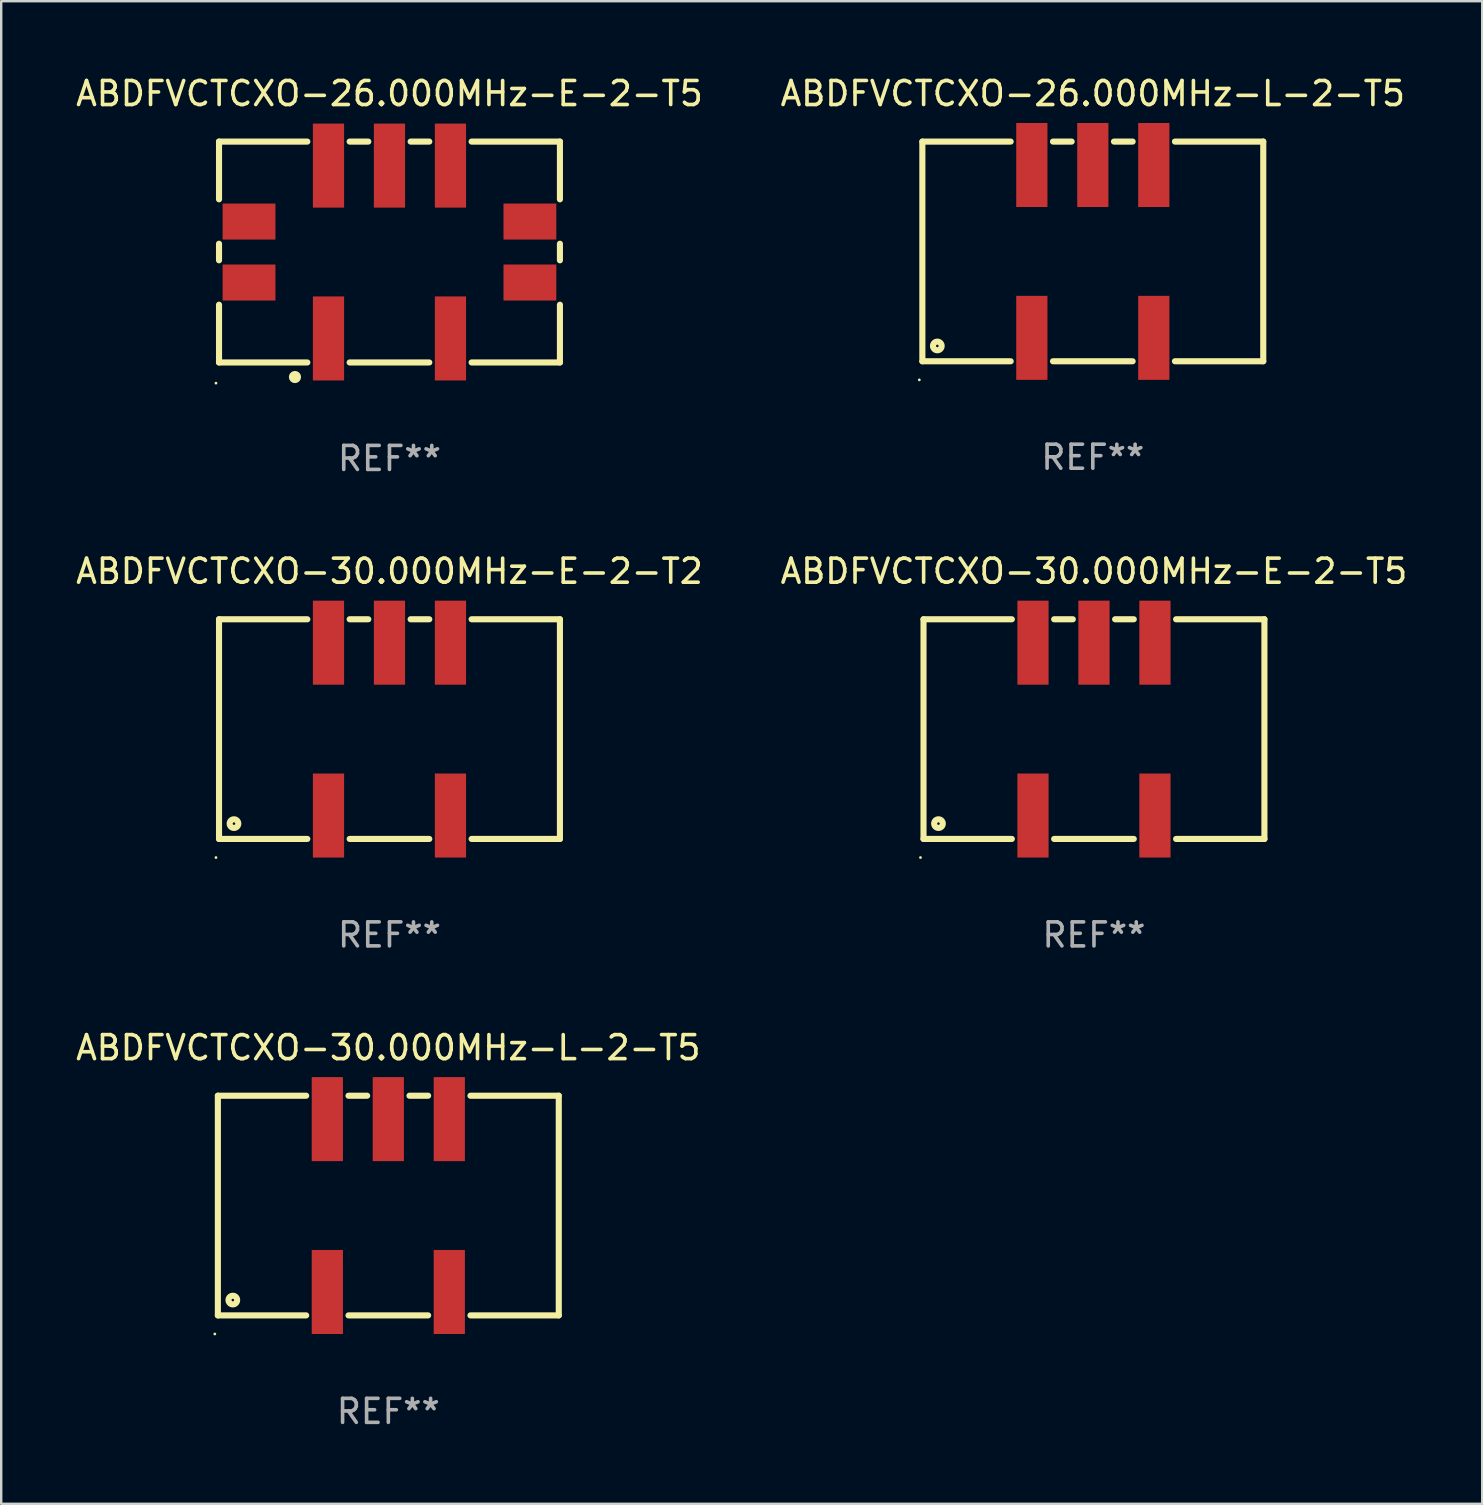
<source format=kicad_pcb>
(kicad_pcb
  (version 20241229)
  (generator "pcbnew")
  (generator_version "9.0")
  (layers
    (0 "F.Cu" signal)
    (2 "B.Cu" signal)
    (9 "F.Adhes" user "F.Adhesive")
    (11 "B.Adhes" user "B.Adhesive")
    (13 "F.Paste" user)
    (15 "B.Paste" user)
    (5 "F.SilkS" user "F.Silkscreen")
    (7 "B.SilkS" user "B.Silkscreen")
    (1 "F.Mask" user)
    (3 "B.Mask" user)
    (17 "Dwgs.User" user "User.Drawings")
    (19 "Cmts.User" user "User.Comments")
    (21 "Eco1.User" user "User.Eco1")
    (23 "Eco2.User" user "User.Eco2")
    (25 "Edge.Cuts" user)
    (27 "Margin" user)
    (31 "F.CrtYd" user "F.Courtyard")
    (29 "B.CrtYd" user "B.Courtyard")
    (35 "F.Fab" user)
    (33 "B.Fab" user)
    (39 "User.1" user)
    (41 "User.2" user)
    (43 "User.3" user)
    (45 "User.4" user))
  (footprint "ABDFVCTCXO-26.000MHz-L-2-T5"
    (layer "F.Cu")
    (at 42.47 7.423)
    (property "Reference" "ABDFVCTCXO-26.000MHz-L-2-T5" (at 0 -6.575 0) (layer "F.SilkS") (effects (font (size 1 1) (thickness 0.15))))
    (attr through_hole)
    (fp_line (start -7.1 -4.575) (end -7.1 4.575) (stroke (width 0.254) (type solid)) (layer "F.SilkS"))
    (fp_line (start -7.1 -4.575) (end -3.421 -4.575) (stroke (width 0.254) (type solid)) (layer "F.SilkS"))
    (fp_line (start -7.1 4.575) (end -3.421 4.575) (stroke (width 0.254) (type solid)) (layer "F.SilkS"))
    (fp_line (start -1.659 -4.575) (end -0.881 -4.575) (stroke (width 0.254) (type solid)) (layer "F.SilkS"))
    (fp_line (start -1.659 4.575) (end 1.659 4.575) (stroke (width 0.254) (type solid)) (layer "F.SilkS"))
    (fp_line (start 0.881 -4.575) (end 1.659 -4.575) (stroke (width 0.254) (type solid)) (layer "F.SilkS"))
    (fp_line (start 3.421 -4.575) (end 7.1 -4.575) (stroke (width 0.254) (type solid)) (layer "F.SilkS"))
    (fp_line (start 3.421 4.575) (end 7.1 4.575) (stroke (width 0.254) (type solid)) (layer "F.SilkS"))
    (fp_line (start 7.1 -4.575) (end 7.1 4.575) (stroke (width 0.254) (type solid)) (layer "F.SilkS"))
    (fp_circle (center -7.227 5.35) (end -7.197 5.35) (stroke (width 0.06) (type solid)) (fill no) (layer "F.SilkS"))
    (fp_circle (center -6.477 3.937) (end -6.297 3.937) (stroke (width 0.254) (type solid)) (fill no) (layer "F.SilkS"))
    (fp_text user "REF**" (at 0 8.575 0) (layer "F.Fab") (effects (font (size 1 1) (thickness 0.15))))
    (pad "1" smd rect (at -2.54 3.6) (size 1.3 3.5) (layers "F.Cu" "F.Mask" "F.Paste"))
    (pad "2" smd rect (at 2.54 3.6) (size 1.3 3.5) (layers "F.Cu" "F.Mask" "F.Paste"))
    (pad "3" smd rect (at 2.54 -3.6) (size 1.3 3.5) (layers "F.Cu" "F.Mask" "F.Paste"))
    (pad "4" smd rect (at 0 -3.6) (size 1.3 3.5) (layers "F.Cu" "F.Mask" "F.Paste"))
    (pad "5" smd rect (at -2.54 -3.6) (size 1.3 3.5) (layers "F.Cu" "F.Mask" "F.Paste")))
  (footprint "ABDFVCTCXO-30.000MHz-E-2-T2"
    (layer "F.Cu")
    (at 13.173 27.32)
    (property "Reference" "ABDFVCTCXO-30.000MHz-E-2-T2" (at 0 -6.575 0) (layer "F.SilkS") (effects (font (size 1 1) (thickness 0.15))))
    (attr through_hole)
    (fp_line (start -7.1 -4.575) (end -7.1 4.575) (stroke (width 0.254) (type solid)) (layer "F.SilkS"))
    (fp_line (start -7.1 -4.575) (end -3.421 -4.575) (stroke (width 0.254) (type solid)) (layer "F.SilkS"))
    (fp_line (start -7.1 4.575) (end -3.421 4.575) (stroke (width 0.254) (type solid)) (layer "F.SilkS"))
    (fp_line (start -1.659 -4.575) (end -0.881 -4.575) (stroke (width 0.254) (type solid)) (layer "F.SilkS"))
    (fp_line (start -1.659 4.575) (end 1.659 4.575) (stroke (width 0.254) (type solid)) (layer "F.SilkS"))
    (fp_line (start 0.881 -4.575) (end 1.659 -4.575) (stroke (width 0.254) (type solid)) (layer "F.SilkS"))
    (fp_line (start 3.421 -4.575) (end 7.1 -4.575) (stroke (width 0.254) (type solid)) (layer "F.SilkS"))
    (fp_line (start 3.421 4.575) (end 7.1 4.575) (stroke (width 0.254) (type solid)) (layer "F.SilkS"))
    (fp_line (start 7.1 -4.575) (end 7.1 4.575) (stroke (width 0.254) (type solid)) (layer "F.SilkS"))
    (fp_circle (center -7.227 5.35) (end -7.197 5.35) (stroke (width 0.06) (type solid)) (fill no) (layer "F.SilkS"))
    (fp_circle (center -6.477 3.937) (end -6.297 3.937) (stroke (width 0.254) (type solid)) (fill no) (layer "F.SilkS"))
    (fp_text user "REF**" (at 0 8.575 0) (layer "F.Fab") (effects (font (size 1 1) (thickness 0.15))))
    (pad "1" smd rect (at -2.54 3.6) (size 1.3 3.5) (layers "F.Cu" "F.Mask" "F.Paste"))
    (pad "2" smd rect (at 2.54 3.6) (size 1.3 3.5) (layers "F.Cu" "F.Mask" "F.Paste"))
    (pad "3" smd rect (at 2.54 -3.6) (size 1.3 3.5) (layers "F.Cu" "F.Mask" "F.Paste"))
    (pad "4" smd rect (at 0 -3.6) (size 1.3 3.5) (layers "F.Cu" "F.Mask" "F.Paste"))
    (pad "5" smd rect (at -2.54 -3.6) (size 1.3 3.5) (layers "F.Cu" "F.Mask" "F.Paste")))
  (footprint "ABDFVCTCXO-30.000MHz-L-2-T5"
    (layer "F.Cu")
    (at 13.125 47.166)
    (property "Reference" "ABDFVCTCXO-30.000MHz-L-2-T5" (at 0 -6.575 0) (layer "F.SilkS") (effects (font (size 1 1) (thickness 0.15))))
    (attr through_hole)
    (fp_line (start -7.1 -4.575) (end -7.1 4.575) (stroke (width 0.254) (type solid)) (layer "F.SilkS"))
    (fp_line (start -7.1 -4.575) (end -3.421 -4.575) (stroke (width 0.254) (type solid)) (layer "F.SilkS"))
    (fp_line (start -7.1 4.575) (end -3.421 4.575) (stroke (width 0.254) (type solid)) (layer "F.SilkS"))
    (fp_line (start -1.659 -4.575) (end -0.881 -4.575) (stroke (width 0.254) (type solid)) (layer "F.SilkS"))
    (fp_line (start -1.659 4.575) (end 1.659 4.575) (stroke (width 0.254) (type solid)) (layer "F.SilkS"))
    (fp_line (start 0.881 -4.575) (end 1.659 -4.575) (stroke (width 0.254) (type solid)) (layer "F.SilkS"))
    (fp_line (start 3.421 -4.575) (end 7.1 -4.575) (stroke (width 0.254) (type solid)) (layer "F.SilkS"))
    (fp_line (start 3.421 4.575) (end 7.1 4.575) (stroke (width 0.254) (type solid)) (layer "F.SilkS"))
    (fp_line (start 7.1 -4.575) (end 7.1 4.575) (stroke (width 0.254) (type solid)) (layer "F.SilkS"))
    (fp_circle (center -7.227 5.35) (end -7.197 5.35) (stroke (width 0.06) (type solid)) (fill no) (layer "F.SilkS"))
    (fp_circle (center -6.477 3.937) (end -6.297 3.937) (stroke (width 0.254) (type solid)) (fill no) (layer "F.SilkS"))
    (fp_text user "REF**" (at 0 8.575 0) (layer "F.Fab") (effects (font (size 1 1) (thickness 0.15))))
    (pad "1" smd rect (at -2.54 3.6) (size 1.3 3.5) (layers "F.Cu" "F.Mask" "F.Paste"))
    (pad "2" smd rect (at 2.54 3.6) (size 1.3 3.5) (layers "F.Cu" "F.Mask" "F.Paste"))
    (pad "3" smd rect (at 2.54 -3.6) (size 1.3 3.5) (layers "F.Cu" "F.Mask" "F.Paste"))
    (pad "4" smd rect (at 0 -3.6) (size 1.3 3.5) (layers "F.Cu" "F.Mask" "F.Paste"))
    (pad "5" smd rect (at -2.54 -3.6) (size 1.3 3.5) (layers "F.Cu" "F.Mask" "F.Paste")))
  (footprint "ABDFVCTCXO-30.000MHz-E-2-T5"
    (layer "F.Cu")
    (at 42.518 27.32)
    (property "Reference" "ABDFVCTCXO-30.000MHz-E-2-T5" (at 0 -6.575 0) (layer "F.SilkS") (effects (font (size 1 1) (thickness 0.15))))
    (attr through_hole)
    (fp_line (start -7.1 -4.575) (end -7.1 4.575) (stroke (width 0.254) (type solid)) (layer "F.SilkS"))
    (fp_line (start -7.1 -4.575) (end -3.421 -4.575) (stroke (width 0.254) (type solid)) (layer "F.SilkS"))
    (fp_line (start -7.1 4.575) (end -3.421 4.575) (stroke (width 0.254) (type solid)) (layer "F.SilkS"))
    (fp_line (start -1.659 -4.575) (end -0.881 -4.575) (stroke (width 0.254) (type solid)) (layer "F.SilkS"))
    (fp_line (start -1.659 4.575) (end 1.659 4.575) (stroke (width 0.254) (type solid)) (layer "F.SilkS"))
    (fp_line (start 0.881 -4.575) (end 1.659 -4.575) (stroke (width 0.254) (type solid)) (layer "F.SilkS"))
    (fp_line (start 3.421 -4.575) (end 7.1 -4.575) (stroke (width 0.254) (type solid)) (layer "F.SilkS"))
    (fp_line (start 3.421 4.575) (end 7.1 4.575) (stroke (width 0.254) (type solid)) (layer "F.SilkS"))
    (fp_line (start 7.1 -4.575) (end 7.1 4.575) (stroke (width 0.254) (type solid)) (layer "F.SilkS"))
    (fp_circle (center -7.227 5.35) (end -7.197 5.35) (stroke (width 0.06) (type solid)) (fill no) (layer "F.SilkS"))
    (fp_circle (center -6.477 3.937) (end -6.297 3.937) (stroke (width 0.254) (type solid)) (fill no) (layer "F.SilkS"))
    (fp_text user "REF**" (at 0 8.575 0) (layer "F.Fab") (effects (font (size 1 1) (thickness 0.15))))
    (pad "1" smd rect (at -2.54 3.6) (size 1.3 3.5) (layers "F.Cu" "F.Mask" "F.Paste"))
    (pad "2" smd rect (at 2.54 3.6) (size 1.3 3.5) (layers "F.Cu" "F.Mask" "F.Paste"))
    (pad "3" smd rect (at 2.54 -3.6) (size 1.3 3.5) (layers "F.Cu" "F.Mask" "F.Paste"))
    (pad "4" smd rect (at 0 -3.6) (size 1.3 3.5) (layers "F.Cu" "F.Mask" "F.Paste"))
    (pad "5" smd rect (at -2.54 -3.6) (size 1.3 3.5) (layers "F.Cu" "F.Mask" "F.Paste")))
  (footprint "ABDFVCTCXO-26.000MHz-E-2-T5"
    (layer "F.Cu")
    (at 13.173 7.448)
    (property "Reference" "ABDFVCTCXO-26.000MHz-E-2-T5" (at 0 -6.6 0) (layer "F.SilkS") (effects (font (size 1 1) (thickness 0.15))))
    (attr through_hole)
    (fp_line (start -7.1 -4.6) (end -7.1 -2.195) (stroke (width 0.254) (type solid)) (layer "F.SilkS"))
    (fp_line (start -7.1 -4.6) (end -3.421 -4.6) (stroke (width 0.254) (type solid)) (layer "F.SilkS"))
    (fp_line (start -7.1 -0.345) (end -7.1 0.345) (stroke (width 0.254) (type solid)) (layer "F.SilkS"))
    (fp_line (start -7.1 2.195) (end -7.1 4.6) (stroke (width 0.254) (type solid)) (layer "F.SilkS"))
    (fp_line (start -7.1 4.6) (end -3.421 4.6) (stroke (width 0.254) (type solid)) (layer "F.SilkS"))
    (fp_line (start -1.659 -4.6) (end -0.881 -4.6) (stroke (width 0.254) (type solid)) (layer "F.SilkS"))
    (fp_line (start -1.659 4.6) (end 1.659 4.6) (stroke (width 0.254) (type solid)) (layer "F.SilkS"))
    (fp_line (start 0.881 -4.6) (end 1.659 -4.6) (stroke (width 0.254) (type solid)) (layer "F.SilkS"))
    (fp_line (start 3.421 -4.6) (end 7.1 -4.6) (stroke (width 0.254) (type solid)) (layer "F.SilkS"))
    (fp_line (start 3.421 4.6) (end 7.1 4.6) (stroke (width 0.254) (type solid)) (layer "F.SilkS"))
    (fp_line (start 7.1 -4.6) (end 7.1 -2.195) (stroke (width 0.254) (type solid)) (layer "F.SilkS"))
    (fp_line (start 7.1 -0.345) (end 7.1 0.345) (stroke (width 0.254) (type solid)) (layer "F.SilkS"))
    (fp_line (start 7.1 2.195) (end 7.1 4.6) (stroke (width 0.254) (type solid)) (layer "F.SilkS"))
    (fp_circle (center -7.227 5.461) (end -7.197 5.461) (stroke (width 0.06) (type solid)) (fill no) (layer "F.SilkS"))
    (fp_circle (center -3.937 5.207) (end -3.81 5.207) (stroke (width 0.254) (type solid)) (fill no) (layer "F.SilkS"))
    (fp_text user "REF**" (at 0 8.6 0) (layer "F.Fab") (effects (font (size 1 1) (thickness 0.15))))
    (pad "1" smd rect (at -2.54 3.6) (size 1.3 3.5) (layers "F.Cu" "F.Mask" "F.Paste"))
    (pad "2" smd rect (at 2.54 3.6) (size 1.3 3.5) (layers "F.Cu" "F.Mask" "F.Paste"))
    (pad "3" smd rect (at 2.54 -3.6) (size 1.3 3.5) (layers "F.Cu" "F.Mask" "F.Paste"))
    (pad "4" smd rect (at 0 -3.6) (size 1.3 3.5) (layers "F.Cu" "F.Mask" "F.Paste"))
    (pad "5" smd rect (at -2.54 -3.6) (size 1.3 3.5) (layers "F.Cu" "F.Mask" "F.Paste"))
    (pad "6" smd rect (at 5.85 1.27 90) (size 1.5 2.2) (layers "F.Cu" "F.Mask" "F.Paste"))
    (pad "7" smd rect (at 5.85 -1.27 90) (size 1.5 2.2) (layers "F.Cu" "F.Mask" "F.Paste"))
    (pad "8" smd rect (at -5.85 -1.27 90) (size 1.5 2.2) (layers "F.Cu" "F.Mask" "F.Paste"))
    (pad "9" smd rect (at -5.85 1.27 90) (size 1.5 2.2) (layers "F.Cu" "F.Mask" "F.Paste")))
  (gr_rect
    (start -3 -3)
    (end 58.69 59.59)
    (stroke (width 0.1) (type default))
    (fill no)
    (layer "Edge.Cuts")))
</source>
